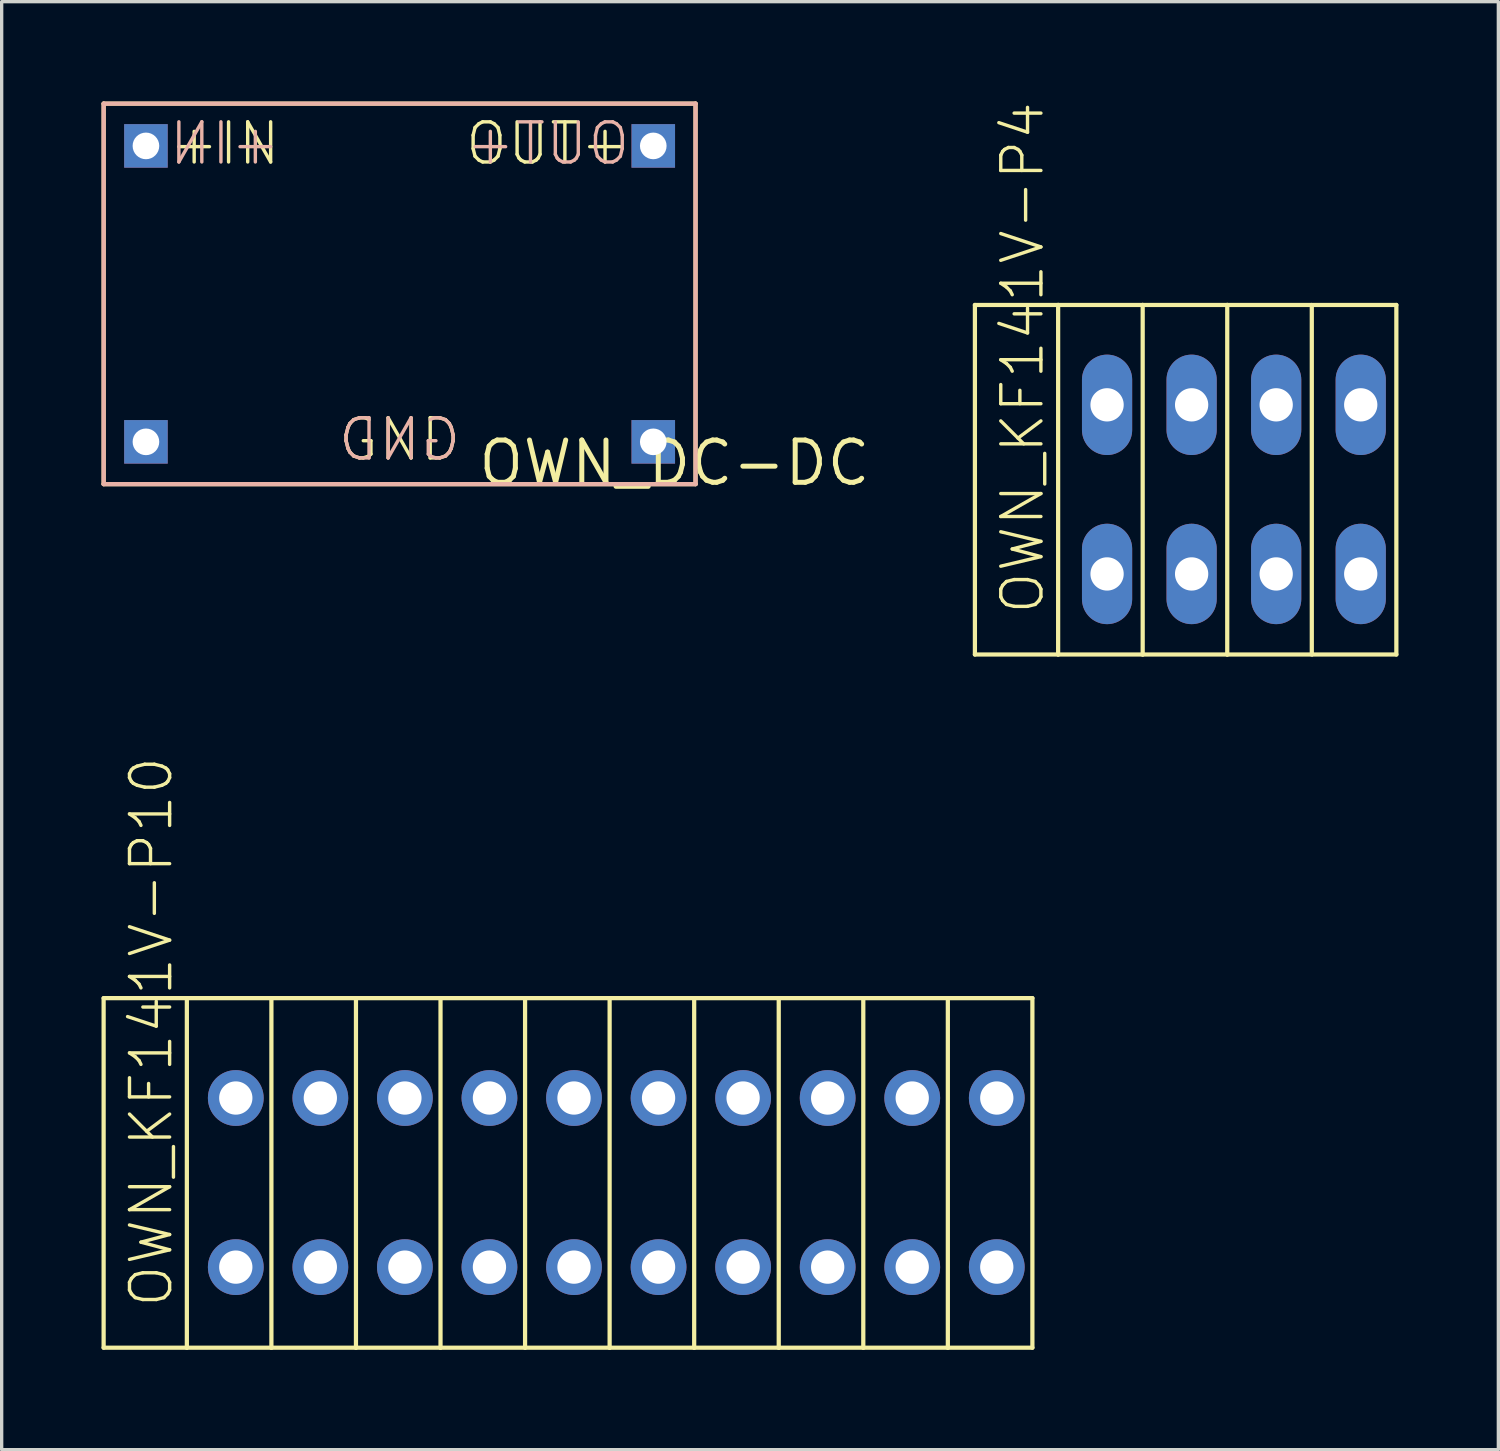
<source format=kicad_pcb>
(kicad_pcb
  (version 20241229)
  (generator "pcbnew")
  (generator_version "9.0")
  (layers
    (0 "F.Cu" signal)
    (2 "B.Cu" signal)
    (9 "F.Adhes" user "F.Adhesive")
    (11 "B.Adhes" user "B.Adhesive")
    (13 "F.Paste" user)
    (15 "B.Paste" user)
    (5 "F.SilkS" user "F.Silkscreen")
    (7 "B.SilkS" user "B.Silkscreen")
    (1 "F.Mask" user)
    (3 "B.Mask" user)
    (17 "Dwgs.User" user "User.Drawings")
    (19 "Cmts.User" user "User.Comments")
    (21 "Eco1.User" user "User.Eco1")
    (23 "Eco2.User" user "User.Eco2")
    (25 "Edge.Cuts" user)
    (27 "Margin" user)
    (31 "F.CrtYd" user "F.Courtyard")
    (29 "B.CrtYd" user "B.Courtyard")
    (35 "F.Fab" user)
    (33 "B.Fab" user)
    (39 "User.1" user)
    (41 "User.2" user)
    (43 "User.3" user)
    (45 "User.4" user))
  (footprint "OWN_KF141V-P10"
    (layer "F.Cu")
    (at 26.893 35.014)
    (property "Reference" "OWN_KF141V-P10" (at -25.4 1.27 90) (layer "F.SilkS") (effects (font (size 1.206 1.206) (thickness 0.102)) (justify left)))
    (attr through_hole)
    (fp_line (start -26.83 -8.08) (end -26.83 2.42) (stroke (width 0.127) (type solid)) (layer "F.SilkS"))
    (fp_line (start -26.83 -8.08) (end -24.33 -8.08) (stroke (width 0.127) (type solid)) (layer "F.SilkS"))
    (fp_line (start -24.33 -8.08) (end -24.33 2.42) (stroke (width 0.127) (type solid)) (layer "F.SilkS"))
    (fp_line (start -24.33 -8.08) (end -21.79 -8.08) (stroke (width 0.127) (type solid)) (layer "F.SilkS"))
    (fp_line (start -24.33 2.42) (end -26.83 2.42) (stroke (width 0.127) (type solid)) (layer "F.SilkS"))
    (fp_line (start -21.79 -8.08) (end -21.79 2.42) (stroke (width 0.127) (type solid)) (layer "F.SilkS"))
    (fp_line (start -21.79 -8.08) (end -19.25 -8.08) (stroke (width 0.127) (type solid)) (layer "F.SilkS"))
    (fp_line (start -21.79 2.42) (end -24.33 2.42) (stroke (width 0.127) (type solid)) (layer "F.SilkS"))
    (fp_line (start -19.25 -8.08) (end -19.25 2.42) (stroke (width 0.127) (type solid)) (layer "F.SilkS"))
    (fp_line (start -19.25 -8.08) (end -16.71 -8.08) (stroke (width 0.127) (type solid)) (layer "F.SilkS"))
    (fp_line (start -19.25 2.42) (end -21.79 2.42) (stroke (width 0.127) (type solid)) (layer "F.SilkS"))
    (fp_line (start -16.71 -8.08) (end -16.71 2.42) (stroke (width 0.127) (type solid)) (layer "F.SilkS"))
    (fp_line (start -16.71 -8.08) (end -14.17 -8.08) (stroke (width 0.127) (type solid)) (layer "F.SilkS"))
    (fp_line (start -16.71 2.42) (end -19.25 2.42) (stroke (width 0.127) (type solid)) (layer "F.SilkS"))
    (fp_line (start -14.17 -8.08) (end -14.17 2.42) (stroke (width 0.127) (type solid)) (layer "F.SilkS"))
    (fp_line (start -14.17 -8.08) (end -11.63 -8.08) (stroke (width 0.127) (type solid)) (layer "F.SilkS"))
    (fp_line (start -14.17 2.42) (end -16.71 2.42) (stroke (width 0.127) (type solid)) (layer "F.SilkS"))
    (fp_line (start -11.63 -8.08) (end -11.63 2.42) (stroke (width 0.127) (type solid)) (layer "F.SilkS"))
    (fp_line (start -11.63 -8.08) (end -9.09 -8.08) (stroke (width 0.127) (type solid)) (layer "F.SilkS"))
    (fp_line (start -11.63 2.42) (end -14.17 2.42) (stroke (width 0.127) (type solid)) (layer "F.SilkS"))
    (fp_line (start -9.09 -8.08) (end -9.09 2.42) (stroke (width 0.127) (type solid)) (layer "F.SilkS"))
    (fp_line (start -9.09 -8.08) (end -6.55 -8.08) (stroke (width 0.127) (type solid)) (layer "F.SilkS"))
    (fp_line (start -9.09 2.42) (end -11.63 2.42) (stroke (width 0.127) (type solid)) (layer "F.SilkS"))
    (fp_line (start -6.55 -8.08) (end -6.55 2.42) (stroke (width 0.127) (type solid)) (layer "F.SilkS"))
    (fp_line (start -6.55 -8.08) (end -4.01 -8.08) (stroke (width 0.127) (type solid)) (layer "F.SilkS"))
    (fp_line (start -6.55 2.42) (end -9.09 2.42) (stroke (width 0.127) (type solid)) (layer "F.SilkS"))
    (fp_line (start -4.01 -8.08) (end -4.01 2.42) (stroke (width 0.127) (type solid)) (layer "F.SilkS"))
    (fp_line (start -4.01 -8.08) (end -1.47 -8.08) (stroke (width 0.127) (type solid)) (layer "F.SilkS"))
    (fp_line (start -4.01 2.42) (end -6.55 2.42) (stroke (width 0.127) (type solid)) (layer "F.SilkS"))
    (fp_line (start -1.47 -8.08) (end -1.47 2.42) (stroke (width 0.127) (type solid)) (layer "F.SilkS"))
    (fp_line (start -1.47 -8.08) (end 1.07 -8.08) (stroke (width 0.127) (type solid)) (layer "F.SilkS"))
    (fp_line (start -1.47 2.42) (end -4.01 2.42) (stroke (width 0.127) (type solid)) (layer "F.SilkS"))
    (fp_line (start 1.07 -8.08) (end 1.07 2.42) (stroke (width 0.127) (type solid)) (layer "F.SilkS"))
    (fp_line (start 1.07 2.42) (end -1.47 2.42) (stroke (width 0.127) (type solid)) (layer "F.SilkS"))
    (pad "P$101" thru_hole circle (at -22.86 0 90) (size 1.676 1.676) (drill 1) (layers "*.Cu" "*.Mask"))
    (pad "P$102" thru_hole circle (at -20.32 0 90) (size 1.676 1.676) (drill 1) (layers "*.Cu" "*.Mask"))
    (pad "P$103" thru_hole circle (at -17.78 0 90) (size 1.676 1.676) (drill 1) (layers "*.Cu" "*.Mask"))
    (pad "P$104" thru_hole circle (at -15.24 0 90) (size 1.676 1.676) (drill 1) (layers "*.Cu" "*.Mask"))
    (pad "P$105" thru_hole circle (at -12.7 0 90) (size 1.676 1.676) (drill 1) (layers "*.Cu" "*.Mask"))
    (pad "P$106" thru_hole circle (at -10.16 0 90) (size 1.676 1.676) (drill 1) (layers "*.Cu" "*.Mask"))
    (pad "P$107" thru_hole circle (at -7.62 0 90) (size 1.676 1.676) (drill 1) (layers "*.Cu" "*.Mask"))
    (pad "P$108" thru_hole circle (at -5.08 0 90) (size 1.676 1.676) (drill 1) (layers "*.Cu" "*.Mask"))
    (pad "P$109" thru_hole circle (at -2.54 0 90) (size 1.676 1.676) (drill 1) (layers "*.Cu" "*.Mask"))
    (pad "P$110" thru_hole circle (at 0 0 90) (size 1.676 1.676) (drill 1) (layers "*.Cu" "*.Mask"))
    (pad "P$201" thru_hole circle (at -22.86 -5.08 90) (size 1.676 1.676) (drill 1) (layers "*.Cu" "*.Mask"))
    (pad "P$202" thru_hole circle (at -20.32 -5.08 90) (size 1.676 1.676) (drill 1) (layers "*.Cu" "*.Mask"))
    (pad "P$203" thru_hole circle (at -17.78 -5.08 90) (size 1.676 1.676) (drill 1) (layers "*.Cu" "*.Mask"))
    (pad "P$204" thru_hole circle (at -15.24 -5.08 90) (size 1.676 1.676) (drill 1) (layers "*.Cu" "*.Mask"))
    (pad "P$205" thru_hole circle (at -12.7 -5.08 90) (size 1.676 1.676) (drill 1) (layers "*.Cu" "*.Mask"))
    (pad "P$206" thru_hole circle (at -10.16 -5.08 90) (size 1.676 1.676) (drill 1) (layers "*.Cu" "*.Mask"))
    (pad "P$207" thru_hole circle (at -7.62 -5.08 90) (size 1.676 1.676) (drill 1) (layers "*.Cu" "*.Mask"))
    (pad "P$208" thru_hole circle (at -5.08 -5.08 90) (size 1.676 1.676) (drill 1) (layers "*.Cu" "*.Mask"))
    (pad "P$209" thru_hole circle (at -2.54 -5.08 90) (size 1.676 1.676) (drill 1) (layers "*.Cu" "*.Mask"))
    (pad "P$210" thru_hole circle (at 0 -5.08 90) (size 1.676 1.676) (drill 1) (layers "*.Cu" "*.Mask")))
  (footprint "OWN_DC-DC"
    (layer "F.Cu")
    (at 17.209 10.858)
    (property "Reference" "OWN_DC-DC" (at 0 0 0) (layer "F.SilkS") (effects (font (size 1.27 1.27) (thickness 0.15))))
    (attr through_hole)
    (fp_line (start -17.145 -10.795) (end -17.145 0.635) (stroke (width 0.127) (type solid)) (layer "F.SilkS"))
    (fp_line (start -17.145 0.635) (end 0.635 0.635) (stroke (width 0.127) (type solid)) (layer "F.SilkS"))
    (fp_line (start 0.635 -10.795) (end -17.145 -10.795) (stroke (width 0.127) (type solid)) (layer "F.SilkS"))
    (fp_line (start 0.635 0.635) (end 0.635 -10.795) (stroke (width 0.127) (type solid)) (layer "F.SilkS"))
    (fp_line (start -17.145 -10.795) (end -17.145 0.635) (stroke (width 0.127) (type solid)) (layer "B.SilkS"))
    (fp_line (start -17.145 -10.795) (end 0.635 -10.795) (stroke (width 0.127) (type solid)) (layer "B.SilkS"))
    (fp_line (start 0.635 0.635) (end -17.145 0.635) (stroke (width 0.127) (type solid)) (layer "B.SilkS"))
    (fp_line (start 0.635 0.635) (end 0.635 -10.795) (stroke (width 0.127) (type solid)) (layer "B.SilkS"))
    (fp_text user "OUT+" (at -1.27 -8.89 0) (layer "F.SilkS") (effects (font (size 1.206 1.206) (thickness 0.102)) (justify right bottom)))
    (fp_text user "GND" (at -8.255 0 0) (layer "F.SilkS") (effects (font (size 1.206 1.206) (thickness 0.102)) (justify bottom)))
    (fp_text user "+IN" (at -15.24 -8.89 0) (layer "F.SilkS") (effects (font (size 1.206 1.206) (thickness 0.102)) (justify left bottom)))
    (fp_text user "+IN" (at -15.24 -8.89 0) (layer "B.SilkS") (effects (font (size 1.206 1.206) (thickness 0.102)) (justify right bottom mirror)))
    (fp_text user "GND" (at -8.255 0 0) (layer "B.SilkS") (effects (font (size 1.206 1.206) (thickness 0.102)) (justify bottom mirror)))
    (fp_text user "OUT+" (at -1.27 -8.89 0) (layer "B.SilkS") (effects (font (size 1.206 1.206) (thickness 0.102)) (justify left bottom mirror)))
    (pad "IN+" thru_hole rect (at -15.875 -9.525) (size 1.308 1.308) (drill 0.8) (layers "*.Cu" "*.Mask"))
    (pad "IN-" thru_hole rect (at -15.875 -0.635) (size 1.308 1.308) (drill 0.8) (layers "*.Cu" "*.Mask"))
    (pad "OUT+" thru_hole rect (at -0.635 -9.525) (size 1.308 1.308) (drill 0.8) (layers "*.Cu" "*.Mask"))
    (pad "OUT-" thru_hole rect (at -0.635 -0.635) (size 1.308 1.308) (drill 0.8) (layers "*.Cu" "*.Mask")))
  (footprint "OWN_KF141V-P4"
    (layer "F.Cu")
    (at 37.826 14.191)
    (property "Reference" "OWN_KF141V-P4" (at -10.16 1.27 90) (layer "F.SilkS") (effects (font (size 1.206 1.206) (thickness 0.102)) (justify left)))
    (attr through_hole)
    (fp_line (start -11.59 -8.08) (end -11.59 2.42) (stroke (width 0.127) (type solid)) (layer "F.SilkS"))
    (fp_line (start -11.59 -8.08) (end -9.09 -8.08) (stroke (width 0.127) (type solid)) (layer "F.SilkS"))
    (fp_line (start -9.09 -8.08) (end -9.09 2.42) (stroke (width 0.127) (type solid)) (layer "F.SilkS"))
    (fp_line (start -9.09 -8.08) (end -6.55 -8.08) (stroke (width 0.127) (type solid)) (layer "F.SilkS"))
    (fp_line (start -9.09 2.42) (end -11.59 2.42) (stroke (width 0.127) (type solid)) (layer "F.SilkS"))
    (fp_line (start -6.55 -8.08) (end -6.55 2.42) (stroke (width 0.127) (type solid)) (layer "F.SilkS"))
    (fp_line (start -6.55 -8.08) (end -4.01 -8.08) (stroke (width 0.127) (type solid)) (layer "F.SilkS"))
    (fp_line (start -6.55 2.42) (end -9.09 2.42) (stroke (width 0.127) (type solid)) (layer "F.SilkS"))
    (fp_line (start -4.01 -8.08) (end -4.01 2.42) (stroke (width 0.127) (type solid)) (layer "F.SilkS"))
    (fp_line (start -4.01 -8.08) (end -1.47 -8.08) (stroke (width 0.127) (type solid)) (layer "F.SilkS"))
    (fp_line (start -4.01 2.42) (end -6.55 2.42) (stroke (width 0.127) (type solid)) (layer "F.SilkS"))
    (fp_line (start -1.47 -8.08) (end -1.47 2.42) (stroke (width 0.127) (type solid)) (layer "F.SilkS"))
    (fp_line (start -1.47 2.42) (end -4.01 2.42) (stroke (width 0.127) (type solid)) (layer "F.SilkS"))
    (fp_line (start -1.43 -8.08) (end 1.07 -8.08) (stroke (width 0.127) (type solid)) (layer "F.SilkS"))
    (fp_line (start -1.43 2.42) (end 1.07 2.42) (stroke (width 0.127) (type solid)) (layer "F.SilkS"))
    (fp_line (start 1.07 -8.08) (end 1.07 2.42) (stroke (width 0.127) (type solid)) (layer "F.SilkS"))
    (pad "P$101" thru_hole oval (at -7.62 0 90) (size 3.016 1.508) (drill 1) (layers "*.Cu" "*.Mask"))
    (pad "P$102" thru_hole oval (at -5.08 0 90) (size 3.016 1.508) (drill 1) (layers "*.Cu" "*.Mask"))
    (pad "P$103" thru_hole oval (at -2.54 0 90) (size 3.016 1.508) (drill 1) (layers "*.Cu" "*.Mask"))
    (pad "P$104" thru_hole oval (at 0 0 90) (size 3.016 1.508) (drill 1) (layers "*.Cu" "*.Mask"))
    (pad "P$201" thru_hole oval (at -7.62 -5.08 90) (size 3.016 1.508) (drill 1) (layers "*.Cu" "*.Mask"))
    (pad "P$202" thru_hole oval (at -5.08 -5.08 90) (size 3.016 1.508) (drill 1) (layers "*.Cu" "*.Mask"))
    (pad "P$203" thru_hole oval (at -2.54 -5.08 90) (size 3.016 1.508) (drill 1) (layers "*.Cu" "*.Mask"))
    (pad "P$204" thru_hole oval (at 0 -5.08 90) (size 3.016 1.508) (drill 1) (layers "*.Cu" "*.Mask")))
  (gr_rect
    (start -3 -3)
    (end 41.96 40.498)
    (stroke (width 0.1) (type default))
    (fill no)
    (layer "Edge.Cuts")))
</source>
